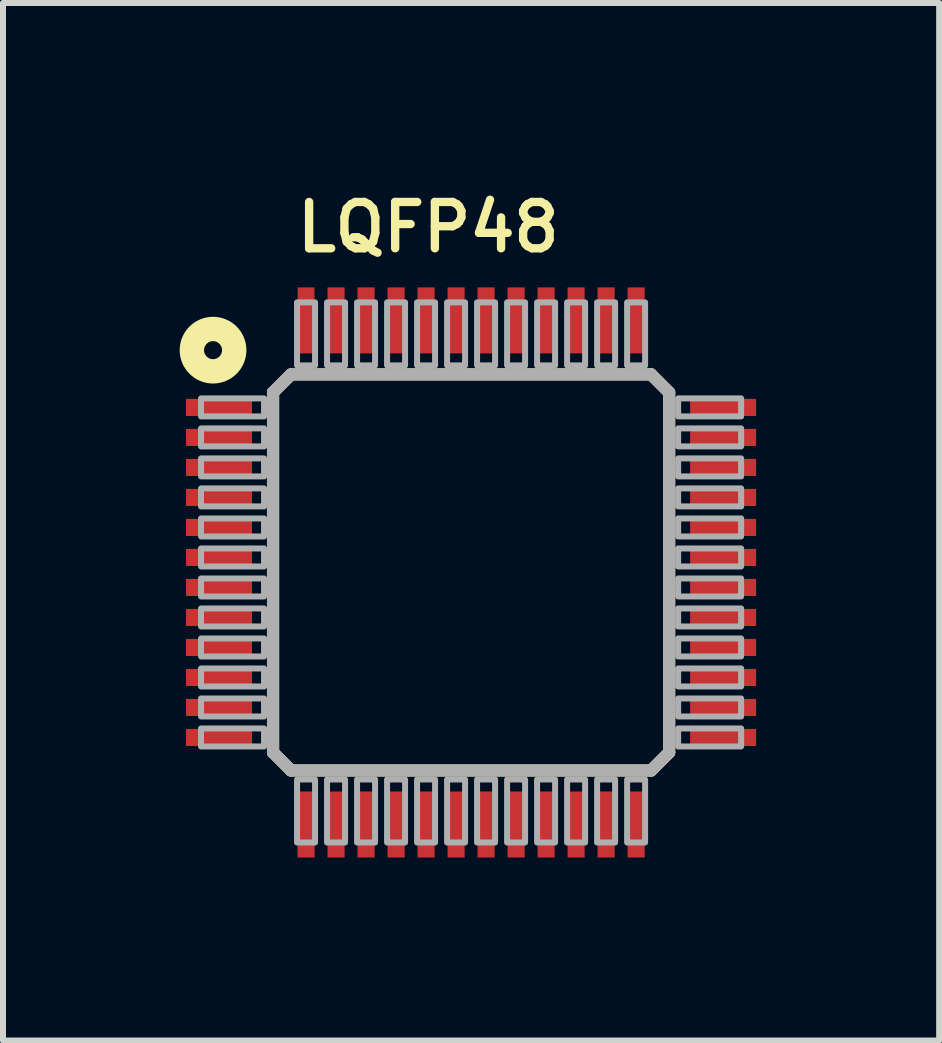
<source format=kicad_pcb>
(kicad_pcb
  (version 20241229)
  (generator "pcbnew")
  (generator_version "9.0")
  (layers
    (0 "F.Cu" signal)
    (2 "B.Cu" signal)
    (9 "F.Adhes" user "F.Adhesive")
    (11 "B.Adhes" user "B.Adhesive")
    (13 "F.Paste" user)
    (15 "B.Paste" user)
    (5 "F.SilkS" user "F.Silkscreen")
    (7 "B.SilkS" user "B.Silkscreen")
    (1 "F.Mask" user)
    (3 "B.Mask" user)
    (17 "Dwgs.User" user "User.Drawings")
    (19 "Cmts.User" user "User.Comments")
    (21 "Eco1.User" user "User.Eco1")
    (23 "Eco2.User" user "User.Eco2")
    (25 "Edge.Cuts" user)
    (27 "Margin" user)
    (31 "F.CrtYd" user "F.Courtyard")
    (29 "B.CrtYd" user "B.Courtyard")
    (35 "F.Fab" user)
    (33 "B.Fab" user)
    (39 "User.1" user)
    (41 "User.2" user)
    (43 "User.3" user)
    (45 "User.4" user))
  (footprint "LQFP48"
    (layer "F.Cu")
    (at 4.8 6.489)
    (property "Reference" "LQFP48" (at -2.974 -5.3 0) (layer "F.SilkS") (effects (font (size 0.772 0.772) (thickness 0.139)) (justify left bottom)))
    (attr through_hole)
    (fp_poly (pts (xy -3.6 -2.55) (xy -3.6 -2.95) (xy -4.8 -2.95) (xy -4.8 -2.55)) (stroke (width 0) (type solid)) (fill yes) (layer "F.Mask"))
    (fp_poly (pts (xy -3.6 -2.05) (xy -3.6 -2.45) (xy -4.8 -2.45) (xy -4.8 -2.05)) (stroke (width 0) (type solid)) (fill yes) (layer "F.Mask"))
    (fp_poly (pts (xy -3.6 -1.55) (xy -3.6 -1.95) (xy -4.8 -1.95) (xy -4.8 -1.55)) (stroke (width 0) (type solid)) (fill yes) (layer "F.Mask"))
    (fp_poly (pts (xy -3.6 -1.05) (xy -3.6 -1.45) (xy -4.8 -1.45) (xy -4.8 -1.05)) (stroke (width 0) (type solid)) (fill yes) (layer "F.Mask"))
    (fp_poly (pts (xy -3.6 -0.55) (xy -3.6 -0.95) (xy -4.8 -0.95) (xy -4.8 -0.55)) (stroke (width 0) (type solid)) (fill yes) (layer "F.Mask"))
    (fp_poly (pts (xy -3.6 -0.05) (xy -3.6 -0.45) (xy -4.8 -0.45) (xy -4.8 -0.05)) (stroke (width 0) (type solid)) (fill yes) (layer "F.Mask"))
    (fp_poly (pts (xy -3.6 0.45) (xy -3.6 0.05) (xy -4.8 0.05) (xy -4.8 0.45)) (stroke (width 0) (type solid)) (fill yes) (layer "F.Mask"))
    (fp_poly (pts (xy -3.6 0.95) (xy -3.6 0.55) (xy -4.8 0.55) (xy -4.8 0.95)) (stroke (width 0) (type solid)) (fill yes) (layer "F.Mask"))
    (fp_poly (pts (xy -3.6 1.45) (xy -3.6 1.05) (xy -4.8 1.05) (xy -4.8 1.45)) (stroke (width 0) (type solid)) (fill yes) (layer "F.Mask"))
    (fp_poly (pts (xy -3.6 1.95) (xy -3.6 1.55) (xy -4.8 1.55) (xy -4.8 1.95)) (stroke (width 0) (type solid)) (fill yes) (layer "F.Mask"))
    (fp_poly (pts (xy -3.6 2.45) (xy -3.6 2.05) (xy -4.8 2.05) (xy -4.8 2.45)) (stroke (width 0) (type solid)) (fill yes) (layer "F.Mask"))
    (fp_poly (pts (xy -3.6 2.95) (xy -3.6 2.55) (xy -4.8 2.55) (xy -4.8 2.95)) (stroke (width 0) (type solid)) (fill yes) (layer "F.Mask"))
    (fp_poly (pts (xy -2.95 -3.6) (xy -2.55 -3.6) (xy -2.55 -4.8) (xy -2.95 -4.8)) (stroke (width 0) (type solid)) (fill yes) (layer "F.Mask"))
    (fp_poly (pts (xy -2.95 4.8) (xy -2.55 4.8) (xy -2.55 3.6) (xy -2.95 3.6)) (stroke (width 0) (type solid)) (fill yes) (layer "F.Mask"))
    (fp_poly (pts (xy -2.45 -3.6) (xy -2.05 -3.6) (xy -2.05 -4.8) (xy -2.45 -4.8)) (stroke (width 0) (type solid)) (fill yes) (layer "F.Mask"))
    (fp_poly (pts (xy -2.45 4.8) (xy -2.05 4.8) (xy -2.05 3.6) (xy -2.45 3.6)) (stroke (width 0) (type solid)) (fill yes) (layer "F.Mask"))
    (fp_poly (pts (xy -1.95 -3.6) (xy -1.55 -3.6) (xy -1.55 -4.8) (xy -1.95 -4.8)) (stroke (width 0) (type solid)) (fill yes) (layer "F.Mask"))
    (fp_poly (pts (xy -1.95 4.8) (xy -1.55 4.8) (xy -1.55 3.6) (xy -1.95 3.6)) (stroke (width 0) (type solid)) (fill yes) (layer "F.Mask"))
    (fp_poly (pts (xy -1.45 -3.6) (xy -1.05 -3.6) (xy -1.05 -4.8) (xy -1.45 -4.8)) (stroke (width 0) (type solid)) (fill yes) (layer "F.Mask"))
    (fp_poly (pts (xy -1.45 4.8) (xy -1.05 4.8) (xy -1.05 3.6) (xy -1.45 3.6)) (stroke (width 0) (type solid)) (fill yes) (layer "F.Mask"))
    (fp_poly (pts (xy -0.95 -3.6) (xy -0.55 -3.6) (xy -0.55 -4.8) (xy -0.95 -4.8)) (stroke (width 0) (type solid)) (fill yes) (layer "F.Mask"))
    (fp_poly (pts (xy -0.95 4.8) (xy -0.55 4.8) (xy -0.55 3.6) (xy -0.95 3.6)) (stroke (width 0) (type solid)) (fill yes) (layer "F.Mask"))
    (fp_poly (pts (xy -0.45 -3.6) (xy -0.05 -3.6) (xy -0.05 -4.8) (xy -0.45 -4.8)) (stroke (width 0) (type solid)) (fill yes) (layer "F.Mask"))
    (fp_poly (pts (xy -0.45 4.8) (xy -0.05 4.8) (xy -0.05 3.6) (xy -0.45 3.6)) (stroke (width 0) (type solid)) (fill yes) (layer "F.Mask"))
    (fp_poly (pts (xy 0.05 -3.6) (xy 0.45 -3.6) (xy 0.45 -4.8) (xy 0.05 -4.8)) (stroke (width 0) (type solid)) (fill yes) (layer "F.Mask"))
    (fp_poly (pts (xy 0.05 4.8) (xy 0.45 4.8) (xy 0.45 3.6) (xy 0.05 3.6)) (stroke (width 0) (type solid)) (fill yes) (layer "F.Mask"))
    (fp_poly (pts (xy 0.55 -3.6) (xy 0.95 -3.6) (xy 0.95 -4.8) (xy 0.55 -4.8)) (stroke (width 0) (type solid)) (fill yes) (layer "F.Mask"))
    (fp_poly (pts (xy 0.55 4.8) (xy 0.95 4.8) (xy 0.95 3.6) (xy 0.55 3.6)) (stroke (width 0) (type solid)) (fill yes) (layer "F.Mask"))
    (fp_poly (pts (xy 1.05 -3.6) (xy 1.45 -3.6) (xy 1.45 -4.8) (xy 1.05 -4.8)) (stroke (width 0) (type solid)) (fill yes) (layer "F.Mask"))
    (fp_poly (pts (xy 1.05 4.8) (xy 1.45 4.8) (xy 1.45 3.6) (xy 1.05 3.6)) (stroke (width 0) (type solid)) (fill yes) (layer "F.Mask"))
    (fp_poly (pts (xy 1.55 -3.6) (xy 1.95 -3.6) (xy 1.95 -4.8) (xy 1.55 -4.8)) (stroke (width 0) (type solid)) (fill yes) (layer "F.Mask"))
    (fp_poly (pts (xy 1.55 4.8) (xy 1.95 4.8) (xy 1.95 3.6) (xy 1.55 3.6)) (stroke (width 0) (type solid)) (fill yes) (layer "F.Mask"))
    (fp_poly (pts (xy 2.05 -3.6) (xy 2.45 -3.6) (xy 2.45 -4.8) (xy 2.05 -4.8)) (stroke (width 0) (type solid)) (fill yes) (layer "F.Mask"))
    (fp_poly (pts (xy 2.05 4.8) (xy 2.45 4.8) (xy 2.45 3.6) (xy 2.05 3.6)) (stroke (width 0) (type solid)) (fill yes) (layer "F.Mask"))
    (fp_poly (pts (xy 2.55 -3.6) (xy 2.95 -3.6) (xy 2.95 -4.8) (xy 2.55 -4.8)) (stroke (width 0) (type solid)) (fill yes) (layer "F.Mask"))
    (fp_poly (pts (xy 2.55 4.8) (xy 2.95 4.8) (xy 2.95 3.6) (xy 2.55 3.6)) (stroke (width 0) (type solid)) (fill yes) (layer "F.Mask"))
    (fp_poly (pts (xy 4.8 -2.55) (xy 4.8 -2.95) (xy 3.6 -2.95) (xy 3.6 -2.55)) (stroke (width 0) (type solid)) (fill yes) (layer "F.Mask"))
    (fp_poly (pts (xy 4.8 -2.05) (xy 4.8 -2.45) (xy 3.6 -2.45) (xy 3.6 -2.05)) (stroke (width 0) (type solid)) (fill yes) (layer "F.Mask"))
    (fp_poly (pts (xy 4.8 -1.55) (xy 4.8 -1.95) (xy 3.6 -1.95) (xy 3.6 -1.55)) (stroke (width 0) (type solid)) (fill yes) (layer "F.Mask"))
    (fp_poly (pts (xy 4.8 -1.05) (xy 4.8 -1.45) (xy 3.6 -1.45) (xy 3.6 -1.05)) (stroke (width 0) (type solid)) (fill yes) (layer "F.Mask"))
    (fp_poly (pts (xy 4.8 -0.55) (xy 4.8 -0.95) (xy 3.6 -0.95) (xy 3.6 -0.55)) (stroke (width 0) (type solid)) (fill yes) (layer "F.Mask"))
    (fp_poly (pts (xy 4.8 -0.05) (xy 4.8 -0.45) (xy 3.6 -0.45) (xy 3.6 -0.05)) (stroke (width 0) (type solid)) (fill yes) (layer "F.Mask"))
    (fp_poly (pts (xy 4.8 0.45) (xy 4.8 0.05) (xy 3.6 0.05) (xy 3.6 0.45)) (stroke (width 0) (type solid)) (fill yes) (layer "F.Mask"))
    (fp_poly (pts (xy 4.8 0.95) (xy 4.8 0.55) (xy 3.6 0.55) (xy 3.6 0.95)) (stroke (width 0) (type solid)) (fill yes) (layer "F.Mask"))
    (fp_poly (pts (xy 4.8 1.45) (xy 4.8 1.05) (xy 3.6 1.05) (xy 3.6 1.45)) (stroke (width 0) (type solid)) (fill yes) (layer "F.Mask"))
    (fp_poly (pts (xy 4.8 1.95) (xy 4.8 1.55) (xy 3.6 1.55) (xy 3.6 1.95)) (stroke (width 0) (type solid)) (fill yes) (layer "F.Mask"))
    (fp_poly (pts (xy 4.8 2.45) (xy 4.8 2.05) (xy 3.6 2.05) (xy 3.6 2.45)) (stroke (width 0) (type solid)) (fill yes) (layer "F.Mask"))
    (fp_poly (pts (xy 4.8 2.95) (xy 4.8 2.55) (xy 3.6 2.55) (xy 3.6 2.95)) (stroke (width 0) (type solid)) (fill yes) (layer "F.Mask"))
    (fp_line (start -3.3 -3) (end -3.3 3) (stroke (width 0.203) (type solid)) (layer "F.SilkS"))
    (fp_line (start -3.3 3) (end -3 3.3) (stroke (width 0.203) (type solid)) (layer "F.SilkS"))
    (fp_line (start -3 -3.3) (end -3.3 -3) (stroke (width 0.203) (type solid)) (layer "F.SilkS"))
    (fp_line (start -3 3.3) (end 3 3.3) (stroke (width 0.203) (type solid)) (layer "F.SilkS"))
    (fp_line (start 3 -3.3) (end -3 -3.3) (stroke (width 0.203) (type solid)) (layer "F.SilkS"))
    (fp_line (start 3 3.3) (end 3.3 3) (stroke (width 0.203) (type solid)) (layer "F.SilkS"))
    (fp_line (start 3.3 -3) (end 3 -3.3) (stroke (width 0.203) (type solid)) (layer "F.SilkS"))
    (fp_line (start 3.3 3) (end 3.3 -3) (stroke (width 0.203) (type solid)) (layer "F.SilkS"))
    (fp_circle (center -4.3 -3.704) (end -4.15 -3.704) (stroke (width 0.406) (type solid)) (fill no) (layer "F.SilkS"))
    (fp_line (start -3.3 -3) (end -3.3 3) (stroke (width 0.203) (type solid)) (layer "F.Fab"))
    (fp_line (start -3.3 3) (end -3 3.3) (stroke (width 0.203) (type solid)) (layer "F.Fab"))
    (fp_line (start -3 -3.3) (end -3.3 -3) (stroke (width 0.203) (type solid)) (layer "F.Fab"))
    (fp_line (start -3 3.3) (end 3 3.3) (stroke (width 0.203) (type solid)) (layer "F.Fab"))
    (fp_line (start 3 -3.3) (end -3 -3.3) (stroke (width 0.203) (type solid)) (layer "F.Fab"))
    (fp_line (start 3 3.3) (end 3.3 3) (stroke (width 0.203) (type solid)) (layer "F.Fab"))
    (fp_line (start 3.3 -3) (end 3 -3.3) (stroke (width 0.203) (type solid)) (layer "F.Fab"))
    (fp_line (start 3.3 3) (end 3.3 -3) (stroke (width 0.203) (type solid)) (layer "F.Fab"))
    (fp_poly (pts (xy -4.5 -2.6) (xy -3.45 -2.6) (xy -3.45 -2.9) (xy -4.5 -2.9)) (stroke (width 0.1) (type solid)) (fill no) (layer "F.Fab"))
    (fp_poly (pts (xy -4.5 -2.1) (xy -3.45 -2.1) (xy -3.45 -2.4) (xy -4.5 -2.4)) (stroke (width 0.1) (type solid)) (fill no) (layer "F.Fab"))
    (fp_poly (pts (xy -4.5 -1.6) (xy -3.45 -1.6) (xy -3.45 -1.9) (xy -4.5 -1.9)) (stroke (width 0.1) (type solid)) (fill no) (layer "F.Fab"))
    (fp_poly (pts (xy -4.5 -1.1) (xy -3.45 -1.1) (xy -3.45 -1.4) (xy -4.5 -1.4)) (stroke (width 0.1) (type solid)) (fill no) (layer "F.Fab"))
    (fp_poly (pts (xy -4.5 -0.6) (xy -3.45 -0.6) (xy -3.45 -0.9) (xy -4.5 -0.9)) (stroke (width 0.1) (type solid)) (fill no) (layer "F.Fab"))
    (fp_poly (pts (xy -4.5 -0.1) (xy -3.45 -0.1) (xy -3.45 -0.4) (xy -4.5 -0.4)) (stroke (width 0.1) (type solid)) (fill no) (layer "F.Fab"))
    (fp_poly (pts (xy -4.5 0.4) (xy -3.45 0.4) (xy -3.45 0.1) (xy -4.5 0.1)) (stroke (width 0.1) (type solid)) (fill no) (layer "F.Fab"))
    (fp_poly (pts (xy -4.5 0.9) (xy -3.45 0.9) (xy -3.45 0.6) (xy -4.5 0.6)) (stroke (width 0.1) (type solid)) (fill no) (layer "F.Fab"))
    (fp_poly (pts (xy -4.5 1.4) (xy -3.45 1.4) (xy -3.45 1.1) (xy -4.5 1.1)) (stroke (width 0.1) (type solid)) (fill no) (layer "F.Fab"))
    (fp_poly (pts (xy -4.5 1.9) (xy -3.45 1.9) (xy -3.45 1.6) (xy -4.5 1.6)) (stroke (width 0.1) (type solid)) (fill no) (layer "F.Fab"))
    (fp_poly (pts (xy -4.5 2.4) (xy -3.45 2.4) (xy -3.45 2.1) (xy -4.5 2.1)) (stroke (width 0.1) (type solid)) (fill no) (layer "F.Fab"))
    (fp_poly (pts (xy -4.5 2.9) (xy -3.45 2.9) (xy -3.45 2.6) (xy -4.5 2.6)) (stroke (width 0.1) (type solid)) (fill no) (layer "F.Fab"))
    (fp_poly (pts (xy -2.9 -3.45) (xy -2.6 -3.45) (xy -2.6 -4.5) (xy -2.9 -4.5)) (stroke (width 0.1) (type solid)) (fill no) (layer "F.Fab"))
    (fp_poly (pts (xy -2.9 4.5) (xy -2.6 4.5) (xy -2.6 3.45) (xy -2.9 3.45)) (stroke (width 0.1) (type solid)) (fill no) (layer "F.Fab"))
    (fp_poly (pts (xy -2.4 -3.45) (xy -2.1 -3.45) (xy -2.1 -4.5) (xy -2.4 -4.5)) (stroke (width 0.1) (type solid)) (fill no) (layer "F.Fab"))
    (fp_poly (pts (xy -2.4 4.5) (xy -2.1 4.5) (xy -2.1 3.45) (xy -2.4 3.45)) (stroke (width 0.1) (type solid)) (fill no) (layer "F.Fab"))
    (fp_poly (pts (xy -1.9 -3.45) (xy -1.6 -3.45) (xy -1.6 -4.5) (xy -1.9 -4.5)) (stroke (width 0.1) (type solid)) (fill no) (layer "F.Fab"))
    (fp_poly (pts (xy -1.9 4.5) (xy -1.6 4.5) (xy -1.6 3.45) (xy -1.9 3.45)) (stroke (width 0.1) (type solid)) (fill no) (layer "F.Fab"))
    (fp_poly (pts (xy -1.4 -3.45) (xy -1.1 -3.45) (xy -1.1 -4.5) (xy -1.4 -4.5)) (stroke (width 0.1) (type solid)) (fill no) (layer "F.Fab"))
    (fp_poly (pts (xy -1.4 4.5) (xy -1.1 4.5) (xy -1.1 3.45) (xy -1.4 3.45)) (stroke (width 0.1) (type solid)) (fill no) (layer "F.Fab"))
    (fp_poly (pts (xy -0.9 -3.45) (xy -0.6 -3.45) (xy -0.6 -4.5) (xy -0.9 -4.5)) (stroke (width 0.1) (type solid)) (fill no) (layer "F.Fab"))
    (fp_poly (pts (xy -0.9 4.5) (xy -0.6 4.5) (xy -0.6 3.45) (xy -0.9 3.45)) (stroke (width 0.1) (type solid)) (fill no) (layer "F.Fab"))
    (fp_poly (pts (xy -0.4 -3.45) (xy -0.1 -3.45) (xy -0.1 -4.5) (xy -0.4 -4.5)) (stroke (width 0.1) (type solid)) (fill no) (layer "F.Fab"))
    (fp_poly (pts (xy -0.4 4.5) (xy -0.1 4.5) (xy -0.1 3.45) (xy -0.4 3.45)) (stroke (width 0.1) (type solid)) (fill no) (layer "F.Fab"))
    (fp_poly (pts (xy 0.1 -3.45) (xy 0.4 -3.45) (xy 0.4 -4.5) (xy 0.1 -4.5)) (stroke (width 0.1) (type solid)) (fill no) (layer "F.Fab"))
    (fp_poly (pts (xy 0.1 4.5) (xy 0.4 4.5) (xy 0.4 3.45) (xy 0.1 3.45)) (stroke (width 0.1) (type solid)) (fill no) (layer "F.Fab"))
    (fp_poly (pts (xy 0.6 -3.45) (xy 0.9 -3.45) (xy 0.9 -4.5) (xy 0.6 -4.5)) (stroke (width 0.1) (type solid)) (fill no) (layer "F.Fab"))
    (fp_poly (pts (xy 0.6 4.5) (xy 0.9 4.5) (xy 0.9 3.45) (xy 0.6 3.45)) (stroke (width 0.1) (type solid)) (fill no) (layer "F.Fab"))
    (fp_poly (pts (xy 1.1 -3.45) (xy 1.4 -3.45) (xy 1.4 -4.5) (xy 1.1 -4.5)) (stroke (width 0.1) (type solid)) (fill no) (layer "F.Fab"))
    (fp_poly (pts (xy 1.1 4.5) (xy 1.4 4.5) (xy 1.4 3.45) (xy 1.1 3.45)) (stroke (width 0.1) (type solid)) (fill no) (layer "F.Fab"))
    (fp_poly (pts (xy 1.6 -3.45) (xy 1.9 -3.45) (xy 1.9 -4.5) (xy 1.6 -4.5)) (stroke (width 0.1) (type solid)) (fill no) (layer "F.Fab"))
    (fp_poly (pts (xy 1.6 4.5) (xy 1.9 4.5) (xy 1.9 3.45) (xy 1.6 3.45)) (stroke (width 0.1) (type solid)) (fill no) (layer "F.Fab"))
    (fp_poly (pts (xy 2.1 -3.45) (xy 2.4 -3.45) (xy 2.4 -4.5) (xy 2.1 -4.5)) (stroke (width 0.1) (type solid)) (fill no) (layer "F.Fab"))
    (fp_poly (pts (xy 2.1 4.5) (xy 2.4 4.5) (xy 2.4 3.45) (xy 2.1 3.45)) (stroke (width 0.1) (type solid)) (fill no) (layer "F.Fab"))
    (fp_poly (pts (xy 2.6 -3.45) (xy 2.9 -3.45) (xy 2.9 -4.5) (xy 2.6 -4.5)) (stroke (width 0.1) (type solid)) (fill no) (layer "F.Fab"))
    (fp_poly (pts (xy 2.6 4.5) (xy 2.9 4.5) (xy 2.9 3.45) (xy 2.6 3.45)) (stroke (width 0.1) (type solid)) (fill no) (layer "F.Fab"))
    (fp_poly (pts (xy 3.45 -2.6) (xy 4.5 -2.6) (xy 4.5 -2.9) (xy 3.45 -2.9)) (stroke (width 0.1) (type solid)) (fill no) (layer "F.Fab"))
    (fp_poly (pts (xy 3.45 -2.1) (xy 4.5 -2.1) (xy 4.5 -2.4) (xy 3.45 -2.4)) (stroke (width 0.1) (type solid)) (fill no) (layer "F.Fab"))
    (fp_poly (pts (xy 3.45 -1.6) (xy 4.5 -1.6) (xy 4.5 -1.9) (xy 3.45 -1.9)) (stroke (width 0.1) (type solid)) (fill no) (layer "F.Fab"))
    (fp_poly (pts (xy 3.45 -1.1) (xy 4.5 -1.1) (xy 4.5 -1.4) (xy 3.45 -1.4)) (stroke (width 0.1) (type solid)) (fill no) (layer "F.Fab"))
    (fp_poly (pts (xy 3.45 -0.6) (xy 4.5 -0.6) (xy 4.5 -0.9) (xy 3.45 -0.9)) (stroke (width 0.1) (type solid)) (fill no) (layer "F.Fab"))
    (fp_poly (pts (xy 3.45 -0.1) (xy 4.5 -0.1) (xy 4.5 -0.4) (xy 3.45 -0.4)) (stroke (width 0.1) (type solid)) (fill no) (layer "F.Fab"))
    (fp_poly (pts (xy 3.45 0.4) (xy 4.5 0.4) (xy 4.5 0.1) (xy 3.45 0.1)) (stroke (width 0.1) (type solid)) (fill no) (layer "F.Fab"))
    (fp_poly (pts (xy 3.45 0.9) (xy 4.5 0.9) (xy 4.5 0.6) (xy 3.45 0.6)) (stroke (width 0.1) (type solid)) (fill no) (layer "F.Fab"))
    (fp_poly (pts (xy 3.45 1.4) (xy 4.5 1.4) (xy 4.5 1.1) (xy 3.45 1.1)) (stroke (width 0.1) (type solid)) (fill no) (layer "F.Fab"))
    (fp_poly (pts (xy 3.45 1.9) (xy 4.5 1.9) (xy 4.5 1.6) (xy 3.45 1.6)) (stroke (width 0.1) (type solid)) (fill no) (layer "F.Fab"))
    (fp_poly (pts (xy 3.45 2.4) (xy 4.5 2.4) (xy 4.5 2.1) (xy 3.45 2.1)) (stroke (width 0.1) (type solid)) (fill no) (layer "F.Fab"))
    (fp_poly (pts (xy 3.45 2.9) (xy 4.5 2.9) (xy 4.5 2.6) (xy 3.45 2.6)) (stroke (width 0.1) (type solid)) (fill no) (layer "F.Fab"))
    (pad "1" smd rect (at -4.2 -2.75) (size 1.1 0.285) (layers "F.Cu" "F.Mask" "F.Paste"))
    (pad "2" smd rect (at -4.2 -2.25) (size 1.1 0.285) (layers "F.Cu" "F.Mask" "F.Paste"))
    (pad "3" smd rect (at -4.2 -1.75) (size 1.1 0.285) (layers "F.Cu" "F.Mask" "F.Paste"))
    (pad "4" smd rect (at -4.2 -1.25) (size 1.1 0.285) (layers "F.Cu" "F.Mask" "F.Paste"))
    (pad "5" smd rect (at -4.2 -0.75) (size 1.1 0.285) (layers "F.Cu" "F.Mask" "F.Paste"))
    (pad "6" smd rect (at -4.2 -0.25) (size 1.1 0.285) (layers "F.Cu" "F.Mask" "F.Paste"))
    (pad "7" smd rect (at -4.2 0.25) (size 1.1 0.285) (layers "F.Cu" "F.Mask" "F.Paste"))
    (pad "8" smd rect (at -4.2 0.75) (size 1.1 0.285) (layers "F.Cu" "F.Mask" "F.Paste"))
    (pad "9" smd rect (at -4.2 1.25) (size 1.1 0.285) (layers "F.Cu" "F.Mask" "F.Paste"))
    (pad "10" smd rect (at -4.2 1.75) (size 1.1 0.285) (layers "F.Cu" "F.Mask" "F.Paste"))
    (pad "11" smd rect (at -4.2 2.25) (size 1.1 0.285) (layers "F.Cu" "F.Mask" "F.Paste"))
    (pad "12" smd rect (at -4.2 2.75) (size 1.1 0.285) (layers "F.Cu" "F.Mask" "F.Paste"))
    (pad "13" smd rect (at -2.75 4.2) (size 0.285 1.1) (layers "F.Cu" "F.Mask" "F.Paste"))
    (pad "14" smd rect (at -2.25 4.2) (size 0.285 1.1) (layers "F.Cu" "F.Mask" "F.Paste"))
    (pad "15" smd rect (at -1.75 4.2) (size 0.285 1.1) (layers "F.Cu" "F.Mask" "F.Paste"))
    (pad "16" smd rect (at -1.25 4.2) (size 0.285 1.1) (layers "F.Cu" "F.Mask" "F.Paste"))
    (pad "17" smd rect (at -0.75 4.2) (size 0.285 1.1) (layers "F.Cu" "F.Mask" "F.Paste"))
    (pad "18" smd rect (at -0.25 4.2) (size 0.285 1.1) (layers "F.Cu" "F.Mask" "F.Paste"))
    (pad "19" smd rect (at 0.25 4.2) (size 0.285 1.1) (layers "F.Cu" "F.Mask" "F.Paste"))
    (pad "20" smd rect (at 0.75 4.2) (size 0.285 1.1) (layers "F.Cu" "F.Mask" "F.Paste"))
    (pad "21" smd rect (at 1.25 4.2) (size 0.285 1.1) (layers "F.Cu" "F.Mask" "F.Paste"))
    (pad "22" smd rect (at 1.75 4.2) (size 0.285 1.1) (layers "F.Cu" "F.Mask" "F.Paste"))
    (pad "23" smd rect (at 2.25 4.2) (size 0.285 1.1) (layers "F.Cu" "F.Mask" "F.Paste"))
    (pad "24" smd rect (at 2.75 4.2) (size 0.285 1.1) (layers "F.Cu" "F.Mask" "F.Paste"))
    (pad "25" smd rect (at 4.2 2.75) (size 1.1 0.285) (layers "F.Cu" "F.Mask" "F.Paste"))
    (pad "26" smd rect (at 4.2 2.25) (size 1.1 0.285) (layers "F.Cu" "F.Mask" "F.Paste"))
    (pad "27" smd rect (at 4.2 1.75) (size 1.1 0.285) (layers "F.Cu" "F.Mask" "F.Paste"))
    (pad "28" smd rect (at 4.2 1.25) (size 1.1 0.285) (layers "F.Cu" "F.Mask" "F.Paste"))
    (pad "29" smd rect (at 4.2 0.75) (size 1.1 0.285) (layers "F.Cu" "F.Mask" "F.Paste"))
    (pad "30" smd rect (at 4.2 0.25) (size 1.1 0.285) (layers "F.Cu" "F.Mask" "F.Paste"))
    (pad "31" smd rect (at 4.2 -0.25) (size 1.1 0.285) (layers "F.Cu" "F.Mask" "F.Paste"))
    (pad "32" smd rect (at 4.2 -0.75) (size 1.1 0.285) (layers "F.Cu" "F.Mask" "F.Paste"))
    (pad "33" smd rect (at 4.2 -1.25) (size 1.1 0.285) (layers "F.Cu" "F.Mask" "F.Paste"))
    (pad "34" smd rect (at 4.2 -1.75) (size 1.1 0.285) (layers "F.Cu" "F.Mask" "F.Paste"))
    (pad "35" smd rect (at 4.2 -2.25) (size 1.1 0.285) (layers "F.Cu" "F.Mask" "F.Paste"))
    (pad "36" smd rect (at 4.2 -2.75) (size 1.1 0.285) (layers "F.Cu" "F.Mask" "F.Paste"))
    (pad "37" smd rect (at 2.75 -4.2) (size 0.285 1.1) (layers "F.Cu" "F.Mask" "F.Paste"))
    (pad "38" smd rect (at 2.25 -4.2) (size 0.285 1.1) (layers "F.Cu" "F.Mask" "F.Paste"))
    (pad "39" smd rect (at 1.75 -4.2) (size 0.285 1.1) (layers "F.Cu" "F.Mask" "F.Paste"))
    (pad "40" smd rect (at 1.25 -4.2) (size 0.285 1.1) (layers "F.Cu" "F.Mask" "F.Paste"))
    (pad "41" smd rect (at 0.75 -4.2) (size 0.285 1.1) (layers "F.Cu" "F.Mask" "F.Paste"))
    (pad "42" smd rect (at 0.25 -4.2) (size 0.285 1.1) (layers "F.Cu" "F.Mask" "F.Paste"))
    (pad "43" smd rect (at -0.25 -4.2) (size 0.285 1.1) (layers "F.Cu" "F.Mask" "F.Paste"))
    (pad "44" smd rect (at -0.75 -4.2) (size 0.285 1.1) (layers "F.Cu" "F.Mask" "F.Paste"))
    (pad "45" smd rect (at -1.25 -4.2) (size 0.285 1.1) (layers "F.Cu" "F.Mask" "F.Paste"))
    (pad "46" smd rect (at -1.75 -4.2) (size 0.285 1.1) (layers "F.Cu" "F.Mask" "F.Paste"))
    (pad "47" smd rect (at -2.25 -4.2) (size 0.285 1.1) (layers "F.Cu" "F.Mask" "F.Paste"))
    (pad "48" smd rect (at -2.75 -4.2) (size 0.28 1.1) (layers "F.Cu" "F.Mask" "F.Paste")))
  (gr_rect
    (start -3 -3)
    (end 12.6 14.289)
    (stroke (width 0.1) (type default))
    (fill no)
    (layer "Edge.Cuts")))
</source>
